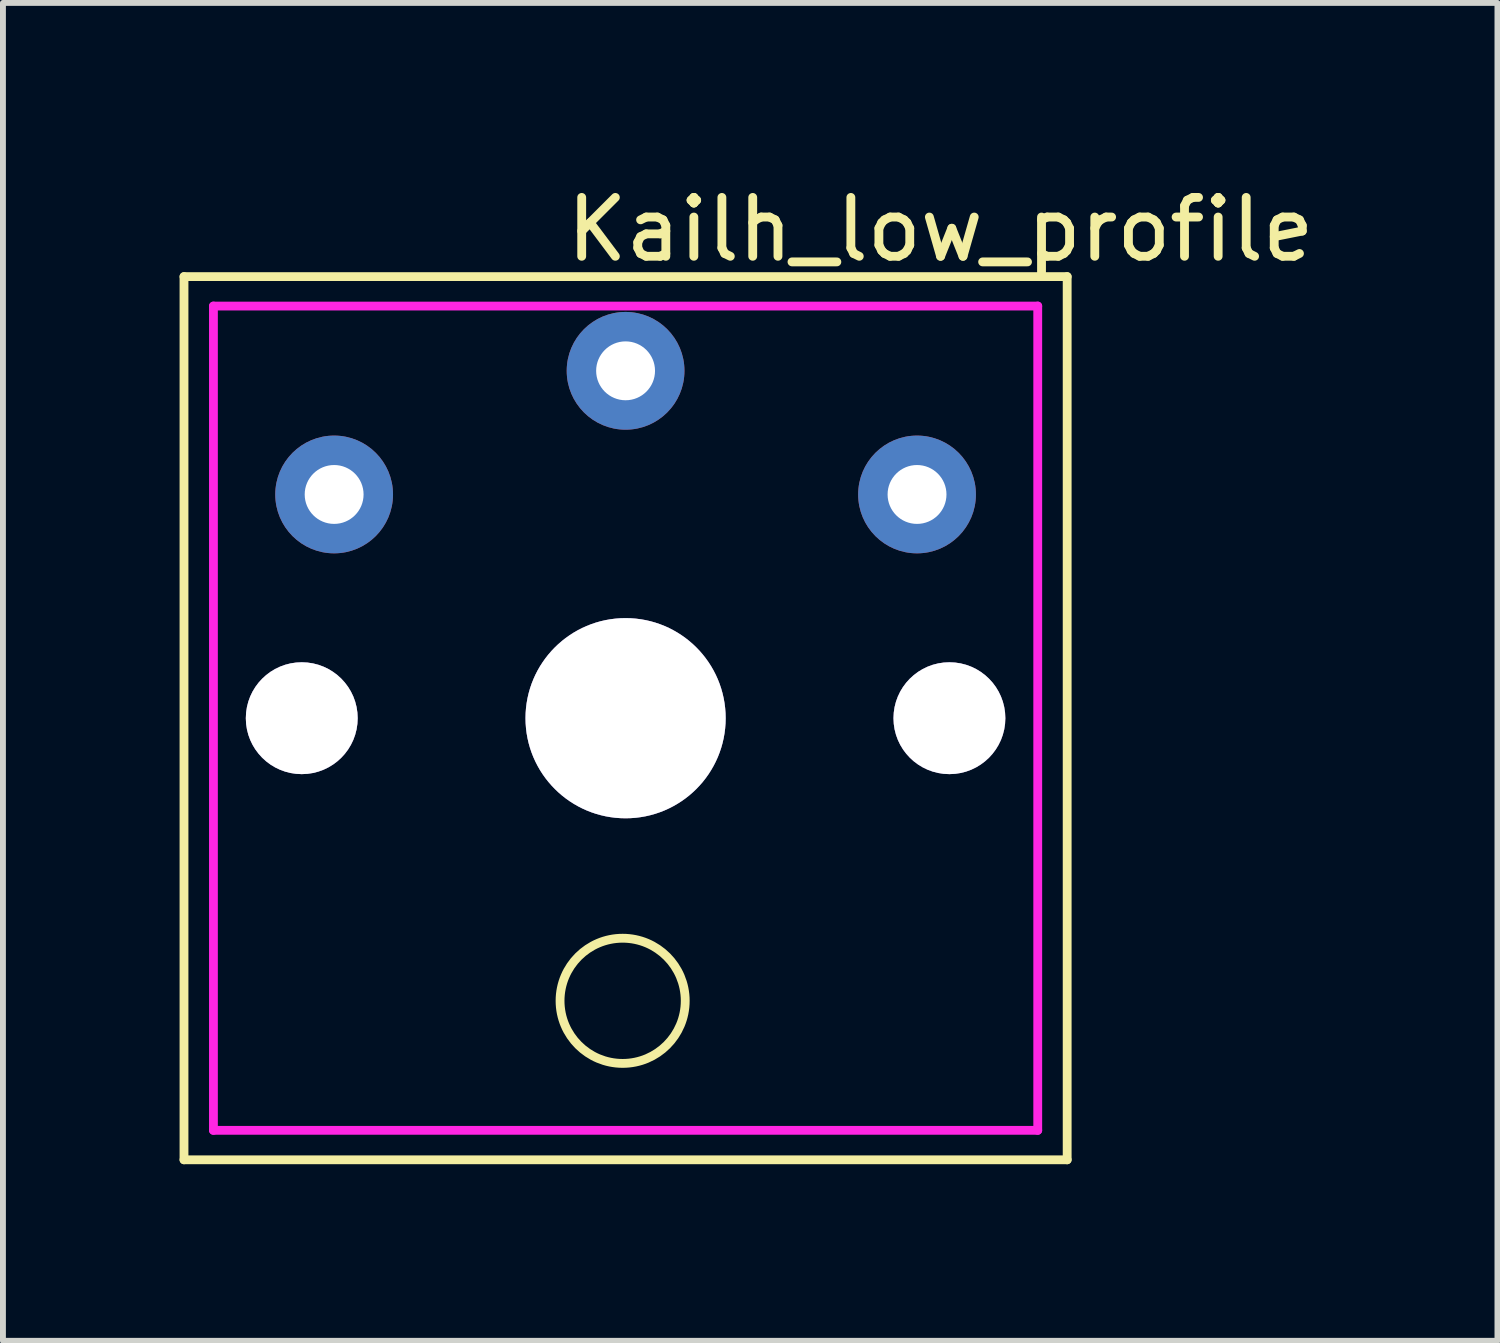
<source format=kicad_pcb>
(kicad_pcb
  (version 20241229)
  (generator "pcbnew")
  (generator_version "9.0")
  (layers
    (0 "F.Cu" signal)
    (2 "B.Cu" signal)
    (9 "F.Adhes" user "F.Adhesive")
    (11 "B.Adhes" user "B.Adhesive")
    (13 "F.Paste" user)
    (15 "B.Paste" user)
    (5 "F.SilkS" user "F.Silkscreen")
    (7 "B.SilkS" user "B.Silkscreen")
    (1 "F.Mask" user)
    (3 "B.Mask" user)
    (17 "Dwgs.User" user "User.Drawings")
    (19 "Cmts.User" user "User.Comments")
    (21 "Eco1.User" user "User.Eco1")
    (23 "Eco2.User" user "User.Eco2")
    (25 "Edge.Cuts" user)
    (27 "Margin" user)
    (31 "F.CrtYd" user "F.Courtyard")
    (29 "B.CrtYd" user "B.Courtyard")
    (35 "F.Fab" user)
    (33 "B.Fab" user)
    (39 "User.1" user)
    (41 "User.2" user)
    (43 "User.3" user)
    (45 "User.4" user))
  (footprint "Kailh_low_profile"
    (layer "F.Cu")
    (at 7.575 9.148)
    (property "Reference" "Kailh_low_profile" (at 5.35 -8.3 0) (layer "F.SilkS") (effects (font (size 1 1) (thickness 0.15))))
    (attr through_hole)
    (fp_line (start -7.5 -7.5) (end 7.5 -7.5) (stroke (width 0.15) (type solid)) (layer "F.SilkS"))
    (fp_line (start -7.5 7.5) (end -7.5 -7.5) (stroke (width 0.15) (type solid)) (layer "F.SilkS"))
    (fp_line (start 7.5 -7.5) (end 7.5 7.5) (stroke (width 0.15) (type solid)) (layer "F.SilkS"))
    (fp_line (start 7.5 7.5) (end -7.5 7.5) (stroke (width 0.15) (type solid)) (layer "F.SilkS"))
    (fp_circle (center -0.05 4.8) (end 0.65 5.6) (stroke (width 0.15) (type solid)) (fill no) (layer "F.SilkS"))
    (fp_line (start -7 -7) (end -7 7) (stroke (width 0.15) (type solid)) (layer "F.CrtYd"))
    (fp_line (start -7 7) (end 7 7) (stroke (width 0.15) (type solid)) (layer "F.CrtYd"))
    (fp_line (start 7 -7) (end -7 -7) (stroke (width 0.15) (type solid)) (layer "F.CrtYd"))
    (fp_line (start 7 7) (end 7 -7) (stroke (width 0.15) (type solid)) (layer "F.CrtYd"))
    (pad "" thru_hole circle (at -5.5 0) (size 1.9 1.9) (drill 1.9) (layers "*.Cu" "*.Mask"))
    (pad "" thru_hole circle (at 0 0) (size 3.4 3.4) (drill 3.4) (layers "*.Cu" "*.Mask"))
    (pad "" thru_hole circle (at 5.5 0) (size 1.9 1.9) (drill 1.9) (layers "*.Cu" "*.Mask"))
    (pad "1" thru_hole circle (at -4.95 -3.8) (size 2 2) (drill 1) (layers "*.Cu" "*.Mask"))
    (pad "1" thru_hole circle (at 4.95 -3.8) (size 2 2) (drill 1) (layers "*.Cu" "*.Mask"))
    (pad "2" thru_hole circle (at 0 -5.9) (size 2 2) (drill 1) (layers "*.Cu" "*.Mask")))
  (gr_rect
    (start -3 -3)
    (end 22.383 19.723)
    (stroke (width 0.1) (type default))
    (fill no)
    (layer "Edge.Cuts")))
</source>
